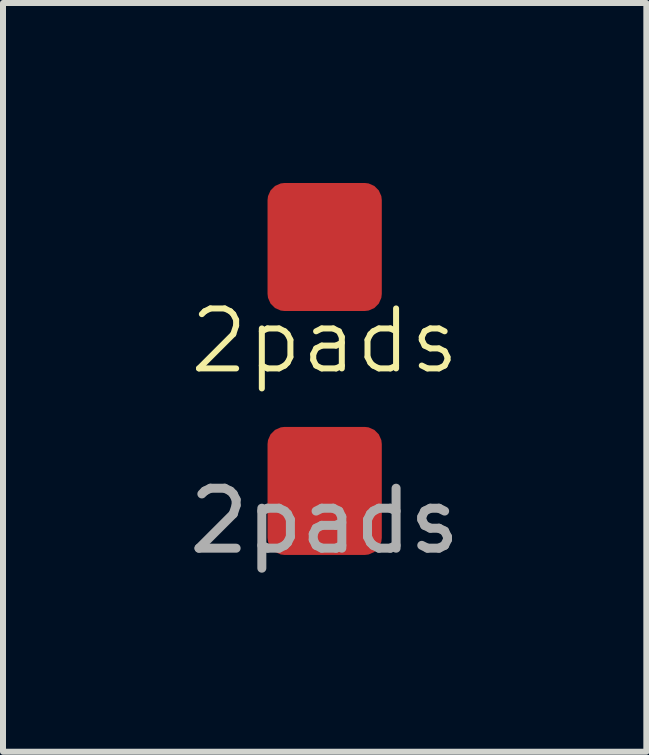
<source format=kicad_pcb>
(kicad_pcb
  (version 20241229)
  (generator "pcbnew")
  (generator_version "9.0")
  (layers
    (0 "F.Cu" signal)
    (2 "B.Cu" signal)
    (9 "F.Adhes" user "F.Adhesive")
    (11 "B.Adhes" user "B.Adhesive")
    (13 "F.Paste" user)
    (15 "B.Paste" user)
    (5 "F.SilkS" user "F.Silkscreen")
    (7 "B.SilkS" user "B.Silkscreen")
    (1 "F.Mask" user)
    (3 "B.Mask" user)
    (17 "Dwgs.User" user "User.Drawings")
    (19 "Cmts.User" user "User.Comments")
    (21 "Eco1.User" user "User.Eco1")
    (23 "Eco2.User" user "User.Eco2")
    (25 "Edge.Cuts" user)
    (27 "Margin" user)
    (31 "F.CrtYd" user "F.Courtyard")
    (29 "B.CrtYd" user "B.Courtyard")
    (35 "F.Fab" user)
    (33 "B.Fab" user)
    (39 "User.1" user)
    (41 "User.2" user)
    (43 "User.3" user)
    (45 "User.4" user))
  (footprint "2pads"
    (layer "F.Cu")
    (at 2.363 3.135)
    (property "Reference" "2pads" (at 0 -0.5 0) (unlocked yes) (layer "F.SilkS") (effects (font (size 1 1) (thickness 0.1))))
    (attr smd)
    (fp_text user "${REFERENCE}" (at 0 2.5 0) (unlocked yes) (layer "F.Fab") (effects (font (size 1 1) (thickness 0.15))))
    (pad "1" smd roundrect (at 0 -2.067) (size 1.905 2.135) (layers "F.Cu" "F.Mask" "F.Paste") (roundrect_rratio 0.15))
    (pad "2" smd roundrect (at 0 2) (size 1.905 2.135) (layers "F.Cu" "F.Mask" "F.Paste") (roundrect_rratio 0.15)))
  (gr_rect
    (start -3 -3)
    (end 7.726 9.483)
    (stroke (width 0.1) (type default))
    (fill no)
    (layer "Edge.Cuts")))
</source>
